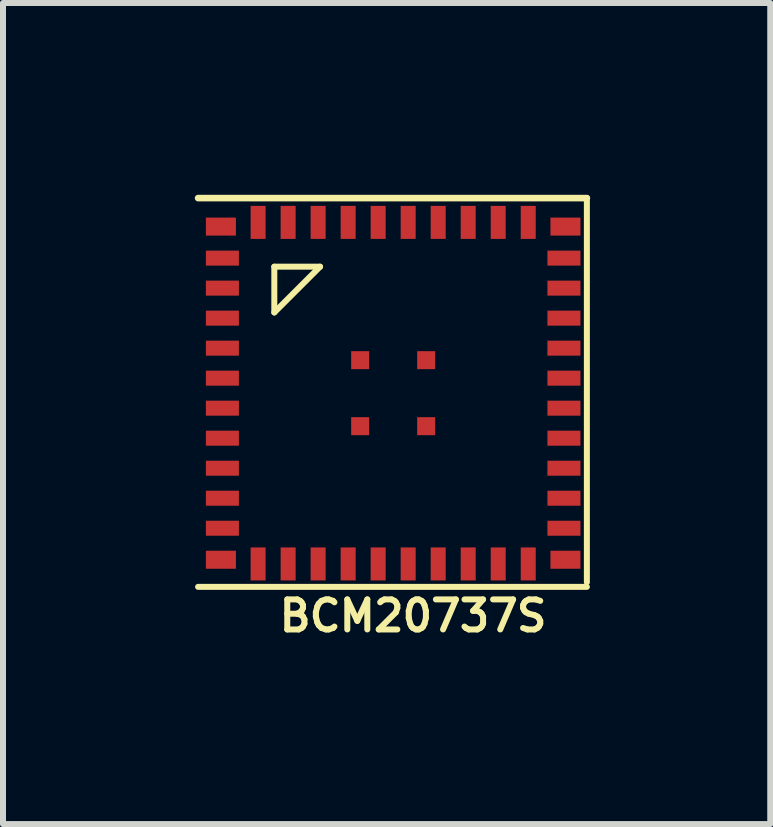
<source format=kicad_pcb>
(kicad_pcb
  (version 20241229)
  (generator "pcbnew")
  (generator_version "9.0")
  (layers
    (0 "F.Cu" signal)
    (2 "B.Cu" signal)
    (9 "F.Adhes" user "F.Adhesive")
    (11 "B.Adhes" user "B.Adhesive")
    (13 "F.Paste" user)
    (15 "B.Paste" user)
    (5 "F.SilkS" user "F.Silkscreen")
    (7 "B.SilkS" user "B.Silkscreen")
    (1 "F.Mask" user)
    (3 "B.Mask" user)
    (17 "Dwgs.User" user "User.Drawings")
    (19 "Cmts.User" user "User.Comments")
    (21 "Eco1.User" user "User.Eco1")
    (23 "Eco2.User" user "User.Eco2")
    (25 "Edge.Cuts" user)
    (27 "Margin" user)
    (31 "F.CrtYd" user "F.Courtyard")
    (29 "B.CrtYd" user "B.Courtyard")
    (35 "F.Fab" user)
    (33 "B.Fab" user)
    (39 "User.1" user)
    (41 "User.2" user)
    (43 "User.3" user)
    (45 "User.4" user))
  (footprint "BCM20737S"
    (layer "F.Cu")
    (at 0.25 0.25)
    (property "Reference" "BCM20737S" (at 3.581 6.96 0) (layer "F.SilkS") (effects (font (size 0.5 0.5) (thickness 0.1))))
    (attr through_hole)
    (fp_line (start 0 0) (end 6.477 0) (stroke (width 0.11) (type solid)) (layer "F.SilkS"))
    (fp_line (start 0 6.477) (end 6.477 6.477) (stroke (width 0.1) (type solid)) (layer "F.SilkS"))
    (fp_line (start 1.27 1.143) (end 1.27 1.905) (stroke (width 0.1) (type solid)) (layer "F.SilkS"))
    (fp_line (start 1.27 1.905) (end 2.032 1.143) (stroke (width 0.1) (type solid)) (layer "F.SilkS"))
    (fp_line (start 2.032 1.143) (end 1.27 1.143) (stroke (width 0.1) (type solid)) (layer "F.SilkS"))
    (fp_line (start 6.477 6.4) (end 6.477 0) (stroke (width 0.1) (type solid)) (layer "F.SilkS"))
    (pad "1" smd rect (at 0.38 0.475) (size 0.5 0.3) (layers "F.Cu" "F.Mask" "F.Paste"))
    (pad "2" smd rect (at 0.405 1) (size 0.55 0.25) (layers "F.Cu" "F.Mask" "F.Paste"))
    (pad "3" smd rect (at 0.405 1.5) (size 0.55 0.25) (layers "F.Cu" "F.Mask" "F.Paste"))
    (pad "4" smd rect (at 0.405 2) (size 0.55 0.25) (layers "F.Cu" "F.Mask" "F.Paste"))
    (pad "5" smd rect (at 0.405 2.5) (size 0.55 0.25) (layers "F.Cu" "F.Mask" "F.Paste"))
    (pad "6" smd rect (at 0.405 3) (size 0.55 0.25) (layers "F.Cu" "F.Mask" "F.Paste"))
    (pad "7" smd rect (at 0.405 3.5) (size 0.55 0.25) (layers "F.Cu" "F.Mask" "F.Paste"))
    (pad "8" smd rect (at 0.405 4) (size 0.55 0.25) (layers "F.Cu" "F.Mask" "F.Paste"))
    (pad "9" smd rect (at 0.405 4.5) (size 0.55 0.25) (layers "F.Cu" "F.Mask" "F.Paste"))
    (pad "10" smd rect (at 0.405 5) (size 0.55 0.25) (layers "F.Cu" "F.Mask" "F.Paste"))
    (pad "11" smd rect (at 0.405 5.5) (size 0.55 0.25) (layers "F.Cu" "F.Mask" "F.Paste"))
    (pad "12" smd rect (at 0.38 6.025) (size 0.5 0.3) (layers "F.Cu" "F.Mask" "F.Paste"))
    (pad "13" smd rect (at 1 6.095) (size 0.25 0.55) (layers "F.Cu" "F.Mask" "F.Paste"))
    (pad "14" smd rect (at 1.5 6.095) (size 0.25 0.55) (layers "F.Cu" "F.Mask" "F.Paste"))
    (pad "15" smd rect (at 2 6.095) (size 0.25 0.55) (layers "F.Cu" "F.Mask" "F.Paste"))
    (pad "16" smd rect (at 2.5 6.095) (size 0.25 0.55) (layers "F.Cu" "F.Mask" "F.Paste"))
    (pad "17" smd rect (at 3 6.095) (size 0.25 0.55) (layers "F.Cu" "F.Mask" "F.Paste"))
    (pad "18" smd rect (at 3.5 6.095) (size 0.25 0.55) (layers "F.Cu" "F.Mask" "F.Paste"))
    (pad "19" smd rect (at 4 6.095) (size 0.25 0.55) (layers "F.Cu" "F.Mask" "F.Paste"))
    (pad "20" smd rect (at 4.5 6.095) (size 0.25 0.55) (layers "F.Cu" "F.Mask" "F.Paste"))
    (pad "21" smd rect (at 5 6.095) (size 0.25 0.55) (layers "F.Cu" "F.Mask" "F.Paste"))
    (pad "22" smd rect (at 5.5 6.095) (size 0.25 0.55) (layers "F.Cu" "F.Mask" "F.Paste"))
    (pad "23" smd rect (at 6.12 6.025) (size 0.5 0.3) (layers "F.Cu" "F.Mask" "F.Paste"))
    (pad "24" smd rect (at 6.095 5.5) (size 0.55 0.25) (layers "F.Cu" "F.Mask" "F.Paste"))
    (pad "25" smd rect (at 6.095 5) (size 0.55 0.25) (layers "F.Cu" "F.Mask" "F.Paste"))
    (pad "26" smd rect (at 6.095 4.5) (size 0.55 0.25) (layers "F.Cu" "F.Mask" "F.Paste"))
    (pad "27" smd rect (at 6.095 4) (size 0.55 0.25) (layers "F.Cu" "F.Mask" "F.Paste"))
    (pad "28" smd rect (at 6.095 3.5) (size 0.55 0.25) (layers "F.Cu" "F.Mask" "F.Paste"))
    (pad "29" smd rect (at 6.095 3) (size 0.55 0.25) (layers "F.Cu" "F.Mask" "F.Paste"))
    (pad "30" smd rect (at 6.095 2.5) (size 0.55 0.25) (layers "F.Cu" "F.Mask" "F.Paste"))
    (pad "31" smd rect (at 6.095 2) (size 0.55 0.25) (layers "F.Cu" "F.Mask" "F.Paste"))
    (pad "32" smd rect (at 6.095 1.5) (size 0.55 0.25) (layers "F.Cu" "F.Mask" "F.Paste"))
    (pad "33" smd rect (at 6.095 1) (size 0.55 0.25) (layers "F.Cu" "F.Mask" "F.Paste"))
    (pad "34" smd rect (at 6.12 0.475) (size 0.5 0.3) (layers "F.Cu" "F.Mask" "F.Paste"))
    (pad "35" smd rect (at 5.5 0.405) (size 0.25 0.55) (layers "F.Cu" "F.Mask" "F.Paste"))
    (pad "36" smd rect (at 5 0.405) (size 0.25 0.55) (layers "F.Cu" "F.Mask" "F.Paste"))
    (pad "37" smd rect (at 4.5 0.405) (size 0.25 0.55) (layers "F.Cu" "F.Mask" "F.Paste"))
    (pad "38" smd rect (at 4 0.405) (size 0.25 0.55) (layers "F.Cu" "F.Mask" "F.Paste"))
    (pad "39" smd rect (at 3.5 0.405) (size 0.25 0.55) (layers "F.Cu" "F.Mask" "F.Paste"))
    (pad "40" smd rect (at 3 0.405) (size 0.25 0.55) (layers "F.Cu" "F.Mask" "F.Paste"))
    (pad "41" smd rect (at 2.5 0.405) (size 0.25 0.55) (layers "F.Cu" "F.Mask" "F.Paste"))
    (pad "42" smd rect (at 2 0.405) (size 0.25 0.55) (layers "F.Cu" "F.Mask" "F.Paste"))
    (pad "43" smd rect (at 1.5 0.405) (size 0.25 0.55) (layers "F.Cu" "F.Mask" "F.Paste"))
    (pad "44" smd rect (at 1 0.405) (size 0.25 0.55) (layers "F.Cu" "F.Mask" "F.Paste"))
    (pad "45" smd rect (at 2.7 2.7) (size 0.3 0.3) (layers "F.Cu" "F.Mask" "F.Paste"))
    (pad "46" smd rect (at 2.7 3.8) (size 0.3 0.3) (layers "F.Cu" "F.Mask" "F.Paste"))
    (pad "47" smd rect (at 3.8 3.8) (size 0.3 0.3) (layers "F.Cu" "F.Mask" "F.Paste"))
    (pad "48" smd rect (at 3.8 2.7) (size 0.3 0.3) (layers "F.Cu" "F.Mask" "F.Paste")))
  (gr_rect
    (start -3 -3)
    (end 9.782 10.678)
    (stroke (width 0.1) (type default))
    (fill no)
    (layer "Edge.Cuts")))
</source>
